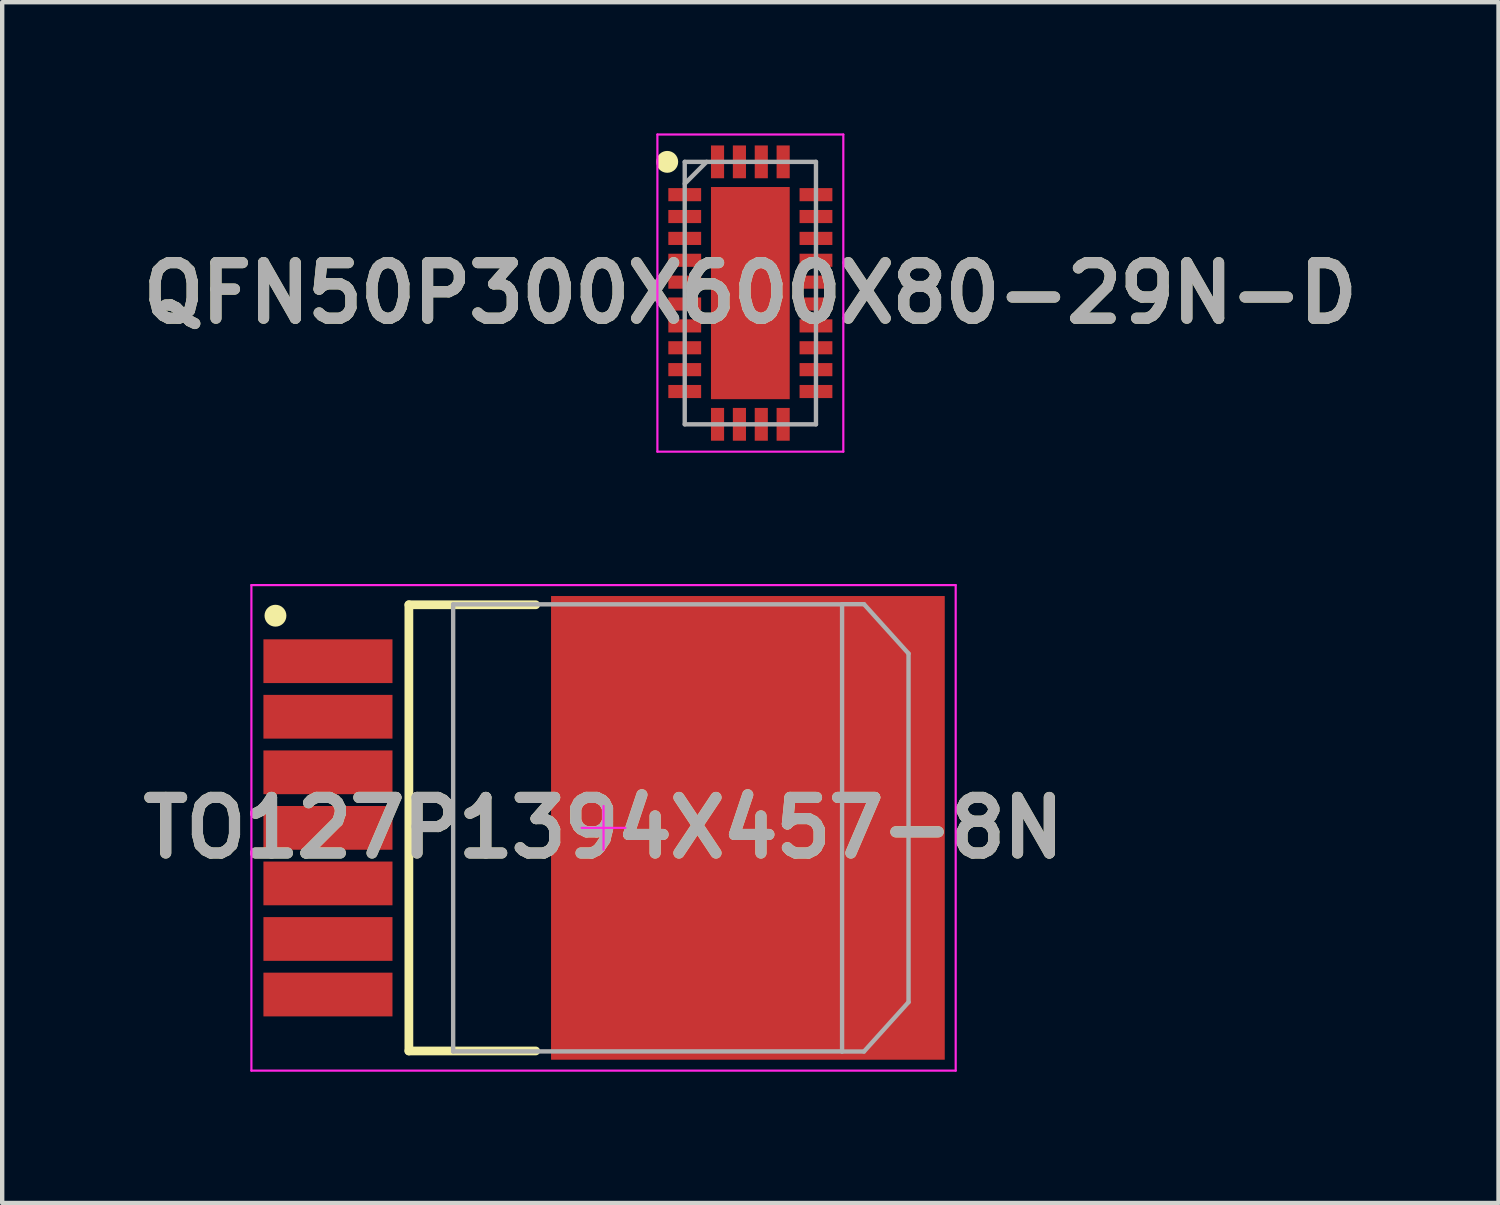
<source format=kicad_pcb>
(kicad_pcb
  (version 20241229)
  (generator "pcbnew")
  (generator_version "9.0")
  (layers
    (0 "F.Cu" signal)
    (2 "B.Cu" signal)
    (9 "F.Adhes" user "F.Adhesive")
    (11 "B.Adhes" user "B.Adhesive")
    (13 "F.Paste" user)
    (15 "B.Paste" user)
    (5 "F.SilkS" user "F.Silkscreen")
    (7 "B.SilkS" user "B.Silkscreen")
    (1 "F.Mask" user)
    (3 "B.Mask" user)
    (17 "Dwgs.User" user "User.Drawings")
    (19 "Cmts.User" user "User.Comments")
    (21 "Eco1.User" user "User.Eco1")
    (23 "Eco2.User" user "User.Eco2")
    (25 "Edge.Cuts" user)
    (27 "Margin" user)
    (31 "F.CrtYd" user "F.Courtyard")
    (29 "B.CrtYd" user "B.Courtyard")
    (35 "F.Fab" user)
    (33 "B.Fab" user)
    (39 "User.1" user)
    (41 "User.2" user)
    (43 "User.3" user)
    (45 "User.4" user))
  (footprint "TO127P1394X457-8N"
    (layer "F.Cu")
    (at 10.747 15.875)
    (property "Reference" "TO127P1394X457-8N" (at 0 0 0) (layer "F.SilkS") (effects (font (size 1.27 1.27) (thickness 0.254))))
    (attr smd)
    (fp_line (start -4.45 -5.1) (end -1.55 -5.1) (stroke (width 0.2) (type solid)) (layer "F.SilkS"))
    (fp_line (start -4.45 5.1) (end -4.45 -5.1) (stroke (width 0.2) (type solid)) (layer "F.SilkS"))
    (fp_line (start -1.55 5.1) (end -4.45 5.1) (stroke (width 0.2) (type solid)) (layer "F.SilkS"))
    (fp_circle (center -7.5 -4.85) (end -7.5 -4.725) (stroke (width 0.25) (type solid)) (fill no) (layer "F.SilkS"))
    (fp_line (start -8.05 -5.55) (end -8.05 5.55) (stroke (width 0.05) (type solid)) (layer "F.CrtYd"))
    (fp_line (start -8.05 5.55) (end 8.05 5.55) (stroke (width 0.05) (type solid)) (layer "F.CrtYd"))
    (fp_line (start -3.692 -5.27) (end -3.692 5.27) (stroke (width 0.001) (type solid)) (layer "F.CrtYd"))
    (fp_line (start -3.692 5.27) (end 5.708 5.27) (stroke (width 0.001) (type solid)) (layer "F.CrtYd"))
    (fp_line (start -0.5 0) (end 0.5 0) (stroke (width 0.05) (type solid)) (layer "F.CrtYd"))
    (fp_line (start 0 0.5) (end 0 -0.5) (stroke (width 0.05) (type solid)) (layer "F.CrtYd"))
    (fp_line (start 5.708 -5.27) (end -3.692 -5.27) (stroke (width 0.001) (type solid)) (layer "F.CrtYd"))
    (fp_line (start 5.708 5.27) (end 5.708 -5.27) (stroke (width 0.001) (type solid)) (layer "F.CrtYd"))
    (fp_line (start 8.05 -5.55) (end -8.05 -5.55) (stroke (width 0.05) (type solid)) (layer "F.CrtYd"))
    (fp_line (start 8.05 5.55) (end 8.05 -5.55) (stroke (width 0.05) (type solid)) (layer "F.CrtYd"))
    (fp_line (start -3.438 -5.11) (end -3.438 5.11) (stroke (width 0.1) (type solid)) (layer "F.Fab"))
    (fp_line (start -3.438 5.11) (end 5.453 5.11) (stroke (width 0.1) (type solid)) (layer "F.Fab"))
    (fp_line (start 5.452 5.112) (end 5.954 5.112) (stroke (width 0.1) (type solid)) (layer "F.Fab"))
    (fp_line (start 5.453 -5.11) (end -3.438 -5.11) (stroke (width 0.1) (type solid)) (layer "F.Fab"))
    (fp_line (start 5.453 5.11) (end 5.453 -5.11) (stroke (width 0.1) (type solid)) (layer "F.Fab"))
    (fp_line (start 5.954 -5.113) (end 5.452 -5.113) (stroke (width 0.1) (type solid)) (layer "F.Fab"))
    (fp_line (start 5.954 5.112) (end 6.972 3.984) (stroke (width 0.1) (type solid)) (layer "F.Fab"))
    (fp_line (start 6.972 -3.985) (end 5.954 -5.113) (stroke (width 0.1) (type solid)) (layer "F.Fab"))
    (fp_line (start 6.972 3.984) (end 6.972 -3.985) (stroke (width 0.1) (type solid)) (layer "F.Fab"))
    (fp_text user "${REFERENCE}" (at 0 0 0) (layer "F.Fab") (effects (font (size 1.27 1.27) (thickness 0.254))))
    (pad "1" smd rect (at -6.3 -3.81 90) (size 1 2.95) (layers "F.Cu" "F.Mask" "F.Paste"))
    (pad "2" smd rect (at -6.3 -2.54 90) (size 1 2.95) (layers "F.Cu" "F.Mask" "F.Paste"))
    (pad "3" smd rect (at -6.3 -1.27 90) (size 1 2.95) (layers "F.Cu" "F.Mask" "F.Paste"))
    (pad "4" smd rect (at -6.3 0 90) (size 1 2.95) (layers "F.Cu" "F.Mask" "F.Paste"))
    (pad "5" smd rect (at -6.3 1.27 90) (size 1 2.95) (layers "F.Cu" "F.Mask" "F.Paste"))
    (pad "6" smd rect (at -6.3 2.54 90) (size 1 2.95) (layers "F.Cu" "F.Mask" "F.Paste"))
    (pad "7" smd rect (at -6.3 3.81 90) (size 1 2.95) (layers "F.Cu" "F.Mask" "F.Paste"))
    (pad "8" smd rect (at 3.3 0) (size 9 10.6) (layers "F.Cu" "F.Mask" "F.Paste")))
  (footprint "QFN50P300X600X80-29N-D"
    (layer "F.Cu")
    (at 14.103 3.65)
    (property "Reference" "QFN50P300X600X80-29N-D" (at 0 0 0) (layer "F.SilkS") (effects (font (size 1.27 1.27) (thickness 0.254))))
    (attr smd)
    (fp_circle (center -1.9 -3) (end -1.9 -2.875) (stroke (width 0.25) (type solid)) (fill no) (layer "F.SilkS"))
    (fp_line (start -2.125 -3.625) (end 2.125 -3.625) (stroke (width 0.05) (type solid)) (layer "F.CrtYd"))
    (fp_line (start -2.125 3.625) (end -2.125 -3.625) (stroke (width 0.05) (type solid)) (layer "F.CrtYd"))
    (fp_line (start 2.125 -3.625) (end 2.125 3.625) (stroke (width 0.05) (type solid)) (layer "F.CrtYd"))
    (fp_line (start 2.125 3.625) (end -2.125 3.625) (stroke (width 0.05) (type solid)) (layer "F.CrtYd"))
    (fp_line (start -1.5 -3) (end 1.5 -3) (stroke (width 0.1) (type solid)) (layer "F.Fab"))
    (fp_line (start -1.5 -2.5) (end -1 -3) (stroke (width 0.1) (type solid)) (layer "F.Fab"))
    (fp_line (start -1.5 3) (end -1.5 -3) (stroke (width 0.1) (type solid)) (layer "F.Fab"))
    (fp_line (start 1.5 -3) (end 1.5 3) (stroke (width 0.1) (type solid)) (layer "F.Fab"))
    (fp_line (start 1.5 3) (end -1.5 3) (stroke (width 0.1) (type solid)) (layer "F.Fab"))
    (fp_text user "${REFERENCE}" (at 0 0 0) (layer "F.Fab") (effects (font (size 1.27 1.27) (thickness 0.254))))
    (pad "1" smd rect (at -1.5 -2.25 90) (size 0.3 0.75) (layers "F.Cu" "F.Mask" "F.Paste"))
    (pad "2" smd rect (at -1.5 -1.75 90) (size 0.3 0.75) (layers "F.Cu" "F.Mask" "F.Paste"))
    (pad "3" smd rect (at -1.5 -1.25 90) (size 0.3 0.75) (layers "F.Cu" "F.Mask" "F.Paste"))
    (pad "4" smd rect (at -1.5 -0.75 90) (size 0.3 0.75) (layers "F.Cu" "F.Mask" "F.Paste"))
    (pad "5" smd rect (at -1.5 -0.25 90) (size 0.3 0.75) (layers "F.Cu" "F.Mask" "F.Paste"))
    (pad "6" smd rect (at -1.5 0.25 90) (size 0.3 0.75) (layers "F.Cu" "F.Mask" "F.Paste"))
    (pad "7" smd rect (at -1.5 0.75 90) (size 0.3 0.75) (layers "F.Cu" "F.Mask" "F.Paste"))
    (pad "8" smd rect (at -1.5 1.25 90) (size 0.3 0.75) (layers "F.Cu" "F.Mask" "F.Paste"))
    (pad "9" smd rect (at -1.5 1.75 90) (size 0.3 0.75) (layers "F.Cu" "F.Mask" "F.Paste"))
    (pad "10" smd rect (at -1.5 2.25 90) (size 0.3 0.75) (layers "F.Cu" "F.Mask" "F.Paste"))
    (pad "11" smd rect (at -0.75 3) (size 0.3 0.75) (layers "F.Cu" "F.Mask" "F.Paste"))
    (pad "12" smd rect (at -0.25 3) (size 0.3 0.75) (layers "F.Cu" "F.Mask" "F.Paste"))
    (pad "13" smd rect (at 0.25 3) (size 0.3 0.75) (layers "F.Cu" "F.Mask" "F.Paste"))
    (pad "14" smd rect (at 0.75 3) (size 0.3 0.75) (layers "F.Cu" "F.Mask" "F.Paste"))
    (pad "15" smd rect (at 1.5 2.25 90) (size 0.3 0.75) (layers "F.Cu" "F.Mask" "F.Paste"))
    (pad "16" smd rect (at 1.5 1.75 90) (size 0.3 0.75) (layers "F.Cu" "F.Mask" "F.Paste"))
    (pad "17" smd rect (at 1.5 1.25 90) (size 0.3 0.75) (layers "F.Cu" "F.Mask" "F.Paste"))
    (pad "18" smd rect (at 1.5 0.75 90) (size 0.3 0.75) (layers "F.Cu" "F.Mask" "F.Paste"))
    (pad "19" smd rect (at 1.5 0.25 90) (size 0.3 0.75) (layers "F.Cu" "F.Mask" "F.Paste"))
    (pad "20" smd rect (at 1.5 -0.25 90) (size 0.3 0.75) (layers "F.Cu" "F.Mask" "F.Paste"))
    (pad "21" smd rect (at 1.5 -0.75 90) (size 0.3 0.75) (layers "F.Cu" "F.Mask" "F.Paste"))
    (pad "22" smd rect (at 1.5 -1.25 90) (size 0.3 0.75) (layers "F.Cu" "F.Mask" "F.Paste"))
    (pad "23" smd rect (at 1.5 -1.75 90) (size 0.3 0.75) (layers "F.Cu" "F.Mask" "F.Paste"))
    (pad "24" smd rect (at 1.5 -2.25 90) (size 0.3 0.75) (layers "F.Cu" "F.Mask" "F.Paste"))
    (pad "25" smd rect (at 0.75 -3) (size 0.3 0.75) (layers "F.Cu" "F.Mask" "F.Paste"))
    (pad "26" smd rect (at 0.25 -3) (size 0.3 0.75) (layers "F.Cu" "F.Mask" "F.Paste"))
    (pad "27" smd rect (at -0.25 -3) (size 0.3 0.75) (layers "F.Cu" "F.Mask" "F.Paste"))
    (pad "28" smd rect (at -0.75 -3) (size 0.3 0.75) (layers "F.Cu" "F.Mask" "F.Paste"))
    (pad "29" smd rect (at 0 0) (size 1.8 4.85) (layers "F.Cu" "F.Mask" "F.Paste")))
  (gr_rect
    (start -3 -3)
    (end 31.206 24.45)
    (stroke (width 0.1) (type default))
    (fill no)
    (layer "Edge.Cuts")))
</source>
